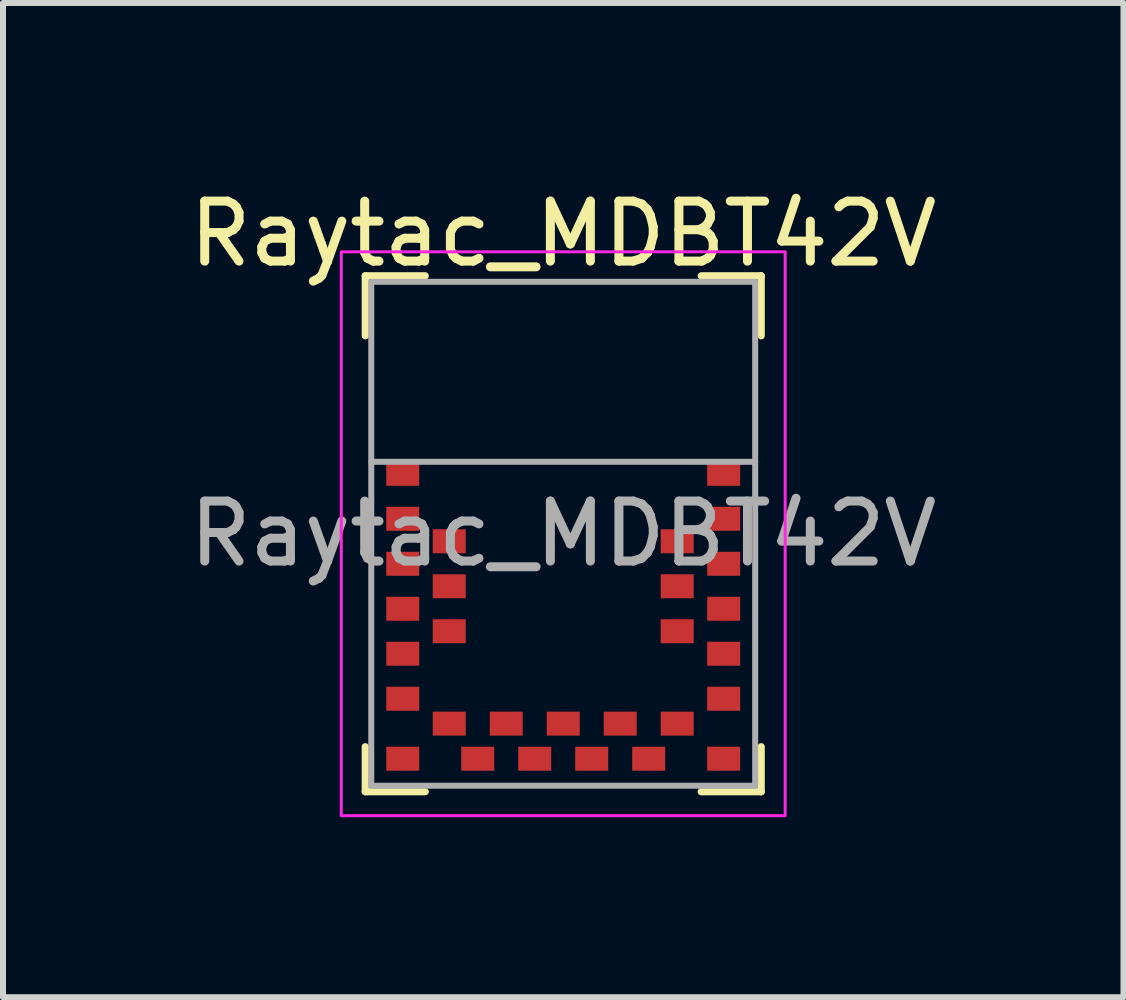
<source format=kicad_pcb>
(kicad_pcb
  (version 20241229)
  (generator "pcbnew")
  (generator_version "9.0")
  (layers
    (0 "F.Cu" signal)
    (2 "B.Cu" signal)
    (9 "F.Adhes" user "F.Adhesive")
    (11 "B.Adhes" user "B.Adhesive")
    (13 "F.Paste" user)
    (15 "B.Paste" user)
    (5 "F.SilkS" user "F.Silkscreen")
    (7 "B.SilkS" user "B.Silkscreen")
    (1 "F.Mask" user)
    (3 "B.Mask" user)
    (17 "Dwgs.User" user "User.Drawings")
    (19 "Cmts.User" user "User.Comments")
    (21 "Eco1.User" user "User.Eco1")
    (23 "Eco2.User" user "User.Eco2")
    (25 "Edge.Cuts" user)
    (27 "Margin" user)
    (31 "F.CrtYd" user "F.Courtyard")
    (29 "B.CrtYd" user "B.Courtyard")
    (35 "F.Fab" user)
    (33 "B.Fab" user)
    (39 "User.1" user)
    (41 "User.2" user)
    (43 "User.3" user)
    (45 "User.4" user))
  (footprint "Raytac_MDBT42V"
    (layer "F.Cu")
    (at 6.339 5.848)
    (property "Reference" "Raytac_MDBT42V" (at 0 -5 0) (unlocked yes) (layer "F.SilkS") (effects (font (size 1 1) (thickness 0.15))))
    (attr smd)
    (fp_line (start -3.3 -4.3) (end -3.3 -3.3) (stroke (width 0.12) (type default)) (layer "F.SilkS"))
    (fp_line (start -3.3 -4.3) (end -2.3 -4.3) (stroke (width 0.12) (type default)) (layer "F.SilkS"))
    (fp_line (start -3.3 4.3) (end -3.3 3.55) (stroke (width 0.12) (type default)) (layer "F.SilkS"))
    (fp_line (start -3.3 4.3) (end -2.3 4.3) (stroke (width 0.12) (type default)) (layer "F.SilkS"))
    (fp_line (start 3.3 -4.3) (end 2.3 -4.3) (stroke (width 0.12) (type default)) (layer "F.SilkS"))
    (fp_line (start 3.3 -4.3) (end 3.3 -4.3) (stroke (width 0.12) (type default)) (layer "F.SilkS"))
    (fp_line (start 3.3 -4.3) (end 3.3 -3.3) (stroke (width 0.12) (type default)) (layer "F.SilkS"))
    (fp_line (start 3.3 4.3) (end 2.3 4.3) (stroke (width 0.12) (type default)) (layer "F.SilkS"))
    (fp_line (start 3.3 4.3) (end 3.3 3.55) (stroke (width 0.12) (type default)) (layer "F.SilkS"))
    (fp_rect (start -3.7 -4.7) (end 3.7 4.7) (stroke (width 0.05) (type default)) (fill no) (layer "F.CrtYd"))
    (fp_line (start -3.2 -1.2) (end 3.2 -1.2) (stroke (width 0.1) (type default)) (layer "F.Fab"))
    (fp_rect (start -3.2 -4.2) (end 3.2 4.2) (stroke (width 0.1) (type default)) (fill no) (layer "F.Fab"))
    (fp_text user "${REFERENCE}" (at 0 0 0) (unlocked yes) (layer "F.Fab") (effects (font (size 1 1) (thickness 0.15))))
    (pad "1" smd rect (at -2.675 -1) (size 0.55 0.4) (layers "F.Cu" "F.Mask" "F.Paste"))
    (pad "2" smd rect (at -2.675 -0.25) (size 0.55 0.4) (layers "F.Cu" "F.Mask" "F.Paste"))
    (pad "3" smd rect (at -1.9 0.125) (size 0.55 0.4) (layers "F.Cu" "F.Mask" "F.Paste"))
    (pad "4" smd rect (at -2.675 0.5) (size 0.55 0.4) (layers "F.Cu" "F.Mask" "F.Paste"))
    (pad "5" smd rect (at -1.9 0.875) (size 0.55 0.4) (layers "F.Cu" "F.Mask" "F.Paste"))
    (pad "6" smd rect (at -2.675 1.25) (size 0.55 0.4) (layers "F.Cu" "F.Mask" "F.Paste"))
    (pad "7" smd rect (at -1.9 1.625) (size 0.55 0.4) (layers "F.Cu" "F.Mask" "F.Paste"))
    (pad "8" smd rect (at -2.675 2) (size 0.55 0.4) (layers "F.Cu" "F.Mask" "F.Paste"))
    (pad "9" smd rect (at -2.675 2.75) (size 0.55 0.4) (layers "F.Cu" "F.Mask" "F.Paste"))
    (pad "10" smd rect (at -2.675 3.75) (size 0.55 0.4) (layers "F.Cu" "F.Mask" "F.Paste"))
    (pad "11" smd rect (at -1.9 3.165) (size 0.55 0.4) (layers "F.Cu" "F.Mask" "F.Paste"))
    (pad "12" smd rect (at -1.425 3.75) (size 0.55 0.4) (layers "F.Cu" "F.Mask" "F.Paste"))
    (pad "13" smd rect (at -0.95 3.165) (size 0.55 0.4) (layers "F.Cu" "F.Mask" "F.Paste"))
    (pad "14" smd rect (at -0.475 3.75) (size 0.55 0.4) (layers "F.Cu" "F.Mask" "F.Paste"))
    (pad "15" smd rect (at 0 3.165) (size 0.55 0.4) (layers "F.Cu" "F.Mask" "F.Paste"))
    (pad "16" smd rect (at 0.475 3.75) (size 0.55 0.4) (layers "F.Cu" "F.Mask" "F.Paste"))
    (pad "17" smd rect (at 0.95 3.165) (size 0.55 0.4) (layers "F.Cu" "F.Mask" "F.Paste"))
    (pad "18" smd rect (at 1.425 3.75) (size 0.55 0.4) (layers "F.Cu" "F.Mask" "F.Paste"))
    (pad "19" smd rect (at 1.9 3.165) (size 0.55 0.4) (layers "F.Cu" "F.Mask" "F.Paste"))
    (pad "20" smd rect (at 2.675 3.75) (size 0.55 0.4) (layers "F.Cu" "F.Mask" "F.Paste"))
    (pad "21" smd rect (at 2.675 2.75) (size 0.55 0.4) (layers "F.Cu" "F.Mask" "F.Paste"))
    (pad "22" smd rect (at 2.675 2) (size 0.55 0.4) (layers "F.Cu" "F.Mask" "F.Paste"))
    (pad "23" smd rect (at 1.9 1.625) (size 0.55 0.4) (layers "F.Cu" "F.Mask" "F.Paste"))
    (pad "24" smd rect (at 2.675 1.25) (size 0.55 0.4) (layers "F.Cu" "F.Mask" "F.Paste"))
    (pad "25" smd rect (at 1.9 0.875) (size 0.55 0.4) (layers "F.Cu" "F.Mask" "F.Paste"))
    (pad "26" smd rect (at 2.675 0.5) (size 0.55 0.4) (layers "F.Cu" "F.Mask" "F.Paste"))
    (pad "27" smd rect (at 1.9 0.125) (size 0.55 0.4) (layers "F.Cu" "F.Mask" "F.Paste"))
    (pad "28" smd rect (at 2.675 -0.25) (size 0.55 0.4) (layers "F.Cu" "F.Mask" "F.Paste"))
    (pad "29" smd rect (at 2.675 -1) (size 0.55 0.4) (layers "F.Cu" "F.Mask" "F.Paste"))
    (zone (net_name "") (layers "F.Cu" "B.Cu") (hatch full 0.5) (connect_pads) (min_thickness 0.25) (filled_areas_thickness no) (keepout (tracks not_allowed) (vias not_allowed) (pads not_allowed) (copperpour not_allowed) (footprints not_allowed)) (placement (enabled no)) (fill) (polygon (pts (xy 3.139 1.648) (xy 9.539 1.648) (xy 9.539 4.648) (xy 3.139 4.648)))))
  (gr_rect
    (start -3 -3)
    (end 15.679 13.573)
    (stroke (width 0.1) (type default))
    (fill no)
    (layer "Edge.Cuts")))
</source>
